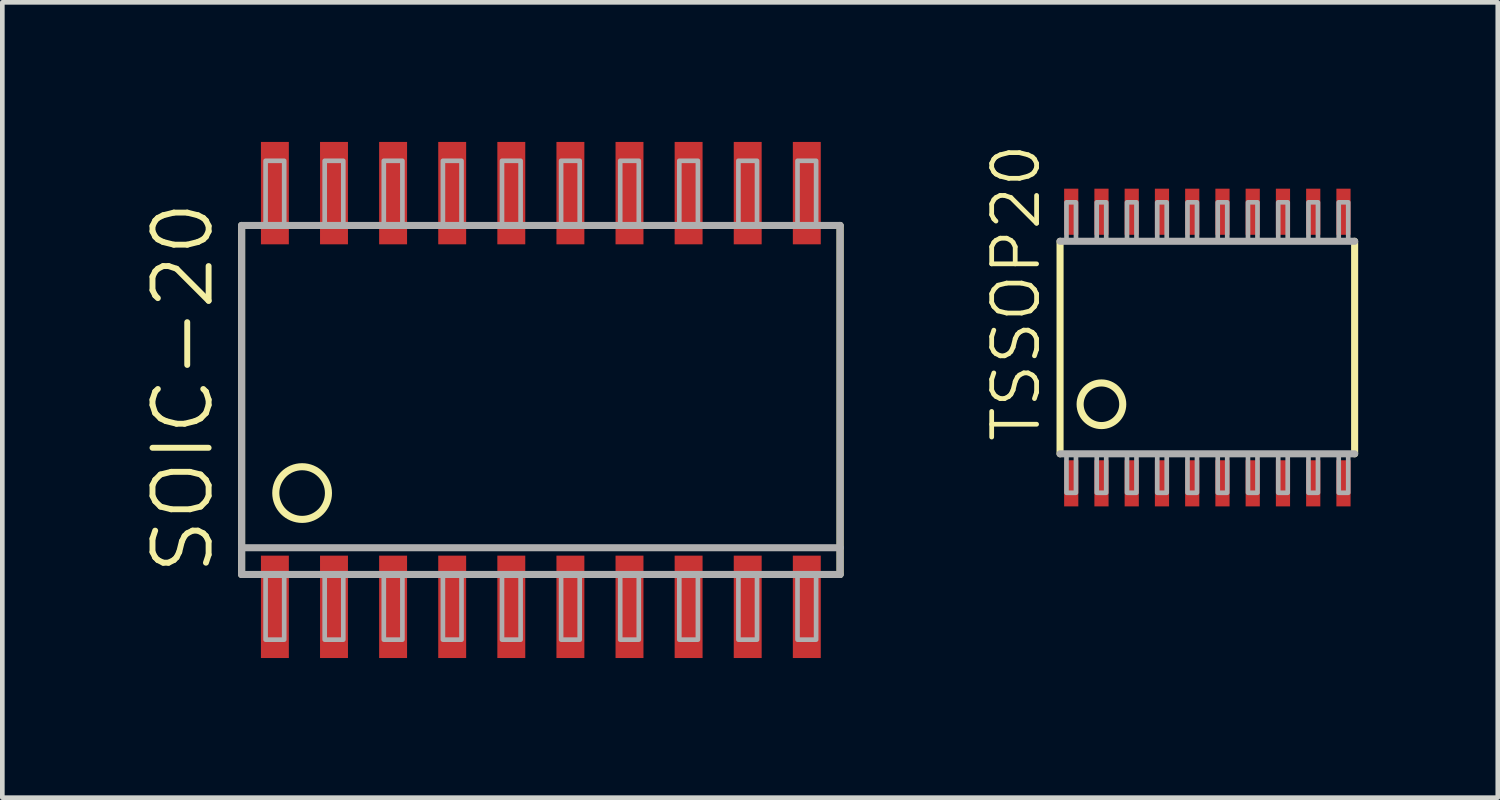
<source format=kicad_pcb>
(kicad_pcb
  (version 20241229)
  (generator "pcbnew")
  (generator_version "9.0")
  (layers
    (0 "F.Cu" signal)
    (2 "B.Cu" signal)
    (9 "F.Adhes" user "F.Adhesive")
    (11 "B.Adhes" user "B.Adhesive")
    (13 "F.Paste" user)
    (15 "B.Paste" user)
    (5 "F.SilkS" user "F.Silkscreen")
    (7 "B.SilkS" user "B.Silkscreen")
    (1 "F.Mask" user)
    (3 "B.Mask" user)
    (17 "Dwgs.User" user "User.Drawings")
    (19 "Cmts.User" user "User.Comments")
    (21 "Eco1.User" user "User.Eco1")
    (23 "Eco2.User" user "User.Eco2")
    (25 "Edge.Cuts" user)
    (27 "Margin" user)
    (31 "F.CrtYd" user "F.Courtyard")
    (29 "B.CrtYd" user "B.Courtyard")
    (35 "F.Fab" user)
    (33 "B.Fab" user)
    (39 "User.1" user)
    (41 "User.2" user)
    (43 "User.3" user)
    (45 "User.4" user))
  (footprint "SOIC-20"
    (layer "F.Cu")
    (at 8.572 5.545)
    (property "Reference" "SOIC-20" (at -6.985 3.81 90) (layer "F.SilkS") (effects (font (size 1.206 1.206) (thickness 0.127)) (justify left bottom)))
    (attr through_hole)
    (fp_line (start -6.43 -3.75) (end -6.43 3.75) (stroke (width 0.152) (type solid)) (layer "F.SilkS"))
    (fp_line (start 6.43 -3.75) (end 6.43 3.75) (stroke (width 0.152) (type solid)) (layer "F.SilkS"))
    (fp_circle (center -5.13 2) (end -4.564 2) (stroke (width 0.152) (type solid)) (fill no) (layer "F.SilkS"))
    (fp_line (start -6.43 -3.75) (end -6.43 3.175) (stroke (width 0.152) (type solid)) (layer "F.Fab"))
    (fp_line (start -6.43 -3.75) (end 6.43 -3.75) (stroke (width 0.152) (type solid)) (layer "F.Fab"))
    (fp_line (start -6.43 3.175) (end -6.43 3.75) (stroke (width 0.152) (type solid)) (layer "F.Fab"))
    (fp_line (start -6.43 3.175) (end 6.43 3.175) (stroke (width 0.152) (type solid)) (layer "F.Fab"))
    (fp_line (start -6.43 3.75) (end 6.43 3.75) (stroke (width 0.152) (type solid)) (layer "F.Fab"))
    (fp_line (start 6.43 -3.75) (end 6.43 3.175) (stroke (width 0.152) (type solid)) (layer "F.Fab"))
    (fp_line (start 6.43 3.175) (end 6.43 3.75) (stroke (width 0.152) (type solid)) (layer "F.Fab"))
    (fp_poly (pts (xy -5.915 -3.74) (xy -5.515 -3.74) (xy -5.515 -5.14) (xy -5.915 -5.14)) (stroke (width 0.1) (type solid)) (fill no) (layer "F.Fab"))
    (fp_poly (pts (xy -5.915 5.15) (xy -5.515 5.15) (xy -5.515 3.75) (xy -5.915 3.75)) (stroke (width 0.1) (type solid)) (fill no) (layer "F.Fab"))
    (fp_poly (pts (xy -4.645 -3.74) (xy -4.245 -3.74) (xy -4.245 -5.14) (xy -4.645 -5.14)) (stroke (width 0.1) (type solid)) (fill no) (layer "F.Fab"))
    (fp_poly (pts (xy -4.645 5.15) (xy -4.245 5.15) (xy -4.245 3.75) (xy -4.645 3.75)) (stroke (width 0.1) (type solid)) (fill no) (layer "F.Fab"))
    (fp_poly (pts (xy -3.375 -3.74) (xy -2.975 -3.74) (xy -2.975 -5.14) (xy -3.375 -5.14)) (stroke (width 0.1) (type solid)) (fill no) (layer "F.Fab"))
    (fp_poly (pts (xy -3.375 5.15) (xy -2.975 5.15) (xy -2.975 3.75) (xy -3.375 3.75)) (stroke (width 0.1) (type solid)) (fill no) (layer "F.Fab"))
    (fp_poly (pts (xy -2.105 -3.74) (xy -1.705 -3.74) (xy -1.705 -5.14) (xy -2.105 -5.14)) (stroke (width 0.1) (type solid)) (fill no) (layer "F.Fab"))
    (fp_poly (pts (xy -2.105 5.15) (xy -1.705 5.15) (xy -1.705 3.75) (xy -2.105 3.75)) (stroke (width 0.1) (type solid)) (fill no) (layer "F.Fab"))
    (fp_poly (pts (xy -0.835 -3.74) (xy -0.435 -3.74) (xy -0.435 -5.14) (xy -0.835 -5.14)) (stroke (width 0.1) (type solid)) (fill no) (layer "F.Fab"))
    (fp_poly (pts (xy -0.835 5.15) (xy -0.435 5.15) (xy -0.435 3.75) (xy -0.835 3.75)) (stroke (width 0.1) (type solid)) (fill no) (layer "F.Fab"))
    (fp_poly (pts (xy 0.435 -3.74) (xy 0.835 -3.74) (xy 0.835 -5.14) (xy 0.435 -5.14)) (stroke (width 0.1) (type solid)) (fill no) (layer "F.Fab"))
    (fp_poly (pts (xy 0.435 5.15) (xy 0.835 5.15) (xy 0.835 3.75) (xy 0.435 3.75)) (stroke (width 0.1) (type solid)) (fill no) (layer "F.Fab"))
    (fp_poly (pts (xy 1.705 -3.74) (xy 2.105 -3.74) (xy 2.105 -5.14) (xy 1.705 -5.14)) (stroke (width 0.1) (type solid)) (fill no) (layer "F.Fab"))
    (fp_poly (pts (xy 1.705 5.15) (xy 2.105 5.15) (xy 2.105 3.75) (xy 1.705 3.75)) (stroke (width 0.1) (type solid)) (fill no) (layer "F.Fab"))
    (fp_poly (pts (xy 2.975 -3.74) (xy 3.375 -3.74) (xy 3.375 -5.14) (xy 2.975 -5.14)) (stroke (width 0.1) (type solid)) (fill no) (layer "F.Fab"))
    (fp_poly (pts (xy 2.975 5.15) (xy 3.375 5.15) (xy 3.375 3.75) (xy 2.975 3.75)) (stroke (width 0.1) (type solid)) (fill no) (layer "F.Fab"))
    (fp_poly (pts (xy 4.245 -3.74) (xy 4.645 -3.74) (xy 4.645 -5.14) (xy 4.245 -5.14)) (stroke (width 0.1) (type solid)) (fill no) (layer "F.Fab"))
    (fp_poly (pts (xy 4.245 5.15) (xy 4.645 5.15) (xy 4.645 3.75) (xy 4.245 3.75)) (stroke (width 0.1) (type solid)) (fill no) (layer "F.Fab"))
    (fp_poly (pts (xy 5.515 -3.74) (xy 5.915 -3.74) (xy 5.915 -5.14) (xy 5.515 -5.14)) (stroke (width 0.1) (type solid)) (fill no) (layer "F.Fab"))
    (fp_poly (pts (xy 5.515 5.15) (xy 5.915 5.15) (xy 5.915 3.75) (xy 5.515 3.75)) (stroke (width 0.1) (type solid)) (fill no) (layer "F.Fab"))
    (pad "1" smd rect (at -5.715 4.445 90) (size 2.2 0.6) (layers "F.Cu" "F.Mask" "F.Paste"))
    (pad "2" smd rect (at -4.445 4.445 90) (size 2.2 0.6) (layers "F.Cu" "F.Mask" "F.Paste"))
    (pad "3" smd rect (at -3.175 4.445 90) (size 2.2 0.6) (layers "F.Cu" "F.Mask" "F.Paste"))
    (pad "4" smd rect (at -1.905 4.445 90) (size 2.2 0.6) (layers "F.Cu" "F.Mask" "F.Paste"))
    (pad "5" smd rect (at -0.635 4.445 90) (size 2.2 0.6) (layers "F.Cu" "F.Mask" "F.Paste"))
    (pad "6" smd rect (at 0.635 4.445 90) (size 2.2 0.6) (layers "F.Cu" "F.Mask" "F.Paste"))
    (pad "7" smd rect (at 1.905 4.445 90) (size 2.2 0.6) (layers "F.Cu" "F.Mask" "F.Paste"))
    (pad "8" smd rect (at 3.175 4.445 90) (size 2.2 0.6) (layers "F.Cu" "F.Mask" "F.Paste"))
    (pad "9" smd rect (at 4.445 4.445 90) (size 2.2 0.6) (layers "F.Cu" "F.Mask" "F.Paste"))
    (pad "10" smd rect (at 5.715 4.445 90) (size 2.2 0.6) (layers "F.Cu" "F.Mask" "F.Paste"))
    (pad "11" smd rect (at 5.715 -4.445 270) (size 2.2 0.6) (layers "F.Cu" "F.Mask" "F.Paste"))
    (pad "12" smd rect (at 4.445 -4.445 270) (size 2.2 0.6) (layers "F.Cu" "F.Mask" "F.Paste"))
    (pad "13" smd rect (at 3.175 -4.445 90) (size 2.2 0.6) (layers "F.Cu" "F.Mask" "F.Paste"))
    (pad "14" smd rect (at 1.905 -4.445 90) (size 2.2 0.6) (layers "F.Cu" "F.Mask" "F.Paste"))
    (pad "15" smd rect (at 0.635 -4.445 90) (size 2.2 0.6) (layers "F.Cu" "F.Mask" "F.Paste"))
    (pad "16" smd rect (at -0.635 -4.445 90) (size 2.2 0.6) (layers "F.Cu" "F.Mask" "F.Paste"))
    (pad "17" smd rect (at -1.905 -4.445 90) (size 2.2 0.6) (layers "F.Cu" "F.Mask" "F.Paste"))
    (pad "18" smd rect (at -3.175 -4.445 90) (size 2.2 0.6) (layers "F.Cu" "F.Mask" "F.Paste"))
    (pad "19" smd rect (at -4.445 -4.445 90) (size 2.2 0.6) (layers "F.Cu" "F.Mask" "F.Paste"))
    (pad "20" smd rect (at -5.715 -4.445 90) (size 2.2 0.6) (layers "F.Cu" "F.Mask" "F.Paste")))
  (footprint "TSSOP20"
    (layer "F.Cu")
    (at 22.894 4.418)
    (property "Reference" "TSSOP20" (at -3.546 2.083 90) (layer "F.SilkS") (effects (font (size 0.965 0.965) (thickness 0.102)) (justify left bottom)))
    (attr through_hole)
    (fp_line (start -3.165 2.283) (end -3.165 -2.283) (stroke (width 0.152) (type solid)) (layer "F.SilkS"))
    (fp_line (start 3.165 -2.283) (end 3.165 2.283) (stroke (width 0.152) (type solid)) (layer "F.SilkS"))
    (fp_circle (center -2.276 1.219) (end -1.818 1.219) (stroke (width 0.152) (type solid)) (fill no) (layer "F.SilkS"))
    (fp_line (start -3.165 2.283) (end 3.165 2.283) (stroke (width 0.152) (type solid)) (layer "F.Fab"))
    (fp_line (start 3.165 -2.283) (end -3.165 -2.283) (stroke (width 0.152) (type solid)) (layer "F.Fab"))
    (fp_poly (pts (xy -3.027 -2.283) (xy -2.823 -2.283) (xy -2.823 -3.121) (xy -3.027 -3.121)) (stroke (width 0.1) (type solid)) (fill no) (layer "F.Fab"))
    (fp_poly (pts (xy -3.027 3.121) (xy -2.823 3.121) (xy -2.823 2.283) (xy -3.027 2.283)) (stroke (width 0.1) (type solid)) (fill no) (layer "F.Fab"))
    (fp_poly (pts (xy -2.377 -2.283) (xy -2.173 -2.283) (xy -2.173 -3.121) (xy -2.377 -3.121)) (stroke (width 0.1) (type solid)) (fill no) (layer "F.Fab"))
    (fp_poly (pts (xy -2.377 3.121) (xy -2.173 3.121) (xy -2.173 2.283) (xy -2.377 2.283)) (stroke (width 0.1) (type solid)) (fill no) (layer "F.Fab"))
    (fp_poly (pts (xy -1.727 -2.283) (xy -1.523 -2.283) (xy -1.523 -3.121) (xy -1.727 -3.121)) (stroke (width 0.1) (type solid)) (fill no) (layer "F.Fab"))
    (fp_poly (pts (xy -1.727 3.121) (xy -1.523 3.121) (xy -1.523 2.283) (xy -1.727 2.283)) (stroke (width 0.1) (type solid)) (fill no) (layer "F.Fab"))
    (fp_poly (pts (xy -1.077 -2.283) (xy -0.873 -2.283) (xy -0.873 -3.121) (xy -1.077 -3.121)) (stroke (width 0.1) (type solid)) (fill no) (layer "F.Fab"))
    (fp_poly (pts (xy -1.077 3.121) (xy -0.873 3.121) (xy -0.873 2.283) (xy -1.077 2.283)) (stroke (width 0.1) (type solid)) (fill no) (layer "F.Fab"))
    (fp_poly (pts (xy -0.427 -2.283) (xy -0.223 -2.283) (xy -0.223 -3.121) (xy -0.427 -3.121)) (stroke (width 0.1) (type solid)) (fill no) (layer "F.Fab"))
    (fp_poly (pts (xy -0.427 3.121) (xy -0.223 3.121) (xy -0.223 2.283) (xy -0.427 2.283)) (stroke (width 0.1) (type solid)) (fill no) (layer "F.Fab"))
    (fp_poly (pts (xy 0.223 -2.283) (xy 0.427 -2.283) (xy 0.427 -3.121) (xy 0.223 -3.121)) (stroke (width 0.1) (type solid)) (fill no) (layer "F.Fab"))
    (fp_poly (pts (xy 0.223 3.121) (xy 0.427 3.121) (xy 0.427 2.283) (xy 0.223 2.283)) (stroke (width 0.1) (type solid)) (fill no) (layer "F.Fab"))
    (fp_poly (pts (xy 0.873 -2.283) (xy 1.077 -2.283) (xy 1.077 -3.121) (xy 0.873 -3.121)) (stroke (width 0.1) (type solid)) (fill no) (layer "F.Fab"))
    (fp_poly (pts (xy 0.873 3.121) (xy 1.077 3.121) (xy 1.077 2.283) (xy 0.873 2.283)) (stroke (width 0.1) (type solid)) (fill no) (layer "F.Fab"))
    (fp_poly (pts (xy 1.523 -2.283) (xy 1.727 -2.283) (xy 1.727 -3.121) (xy 1.523 -3.121)) (stroke (width 0.1) (type solid)) (fill no) (layer "F.Fab"))
    (fp_poly (pts (xy 1.523 3.121) (xy 1.727 3.121) (xy 1.727 2.283) (xy 1.523 2.283)) (stroke (width 0.1) (type solid)) (fill no) (layer "F.Fab"))
    (fp_poly (pts (xy 2.173 -2.283) (xy 2.377 -2.283) (xy 2.377 -3.121) (xy 2.173 -3.121)) (stroke (width 0.1) (type solid)) (fill no) (layer "F.Fab"))
    (fp_poly (pts (xy 2.173 3.121) (xy 2.377 3.121) (xy 2.377 2.283) (xy 2.173 2.283)) (stroke (width 0.1) (type solid)) (fill no) (layer "F.Fab"))
    (fp_poly (pts (xy 2.823 -2.283) (xy 3.027 -2.283) (xy 3.027 -3.121) (xy 2.823 -3.121)) (stroke (width 0.1) (type solid)) (fill no) (layer "F.Fab"))
    (fp_poly (pts (xy 2.823 3.121) (xy 3.027 3.121) (xy 3.027 2.283) (xy 2.823 2.283)) (stroke (width 0.1) (type solid)) (fill no) (layer "F.Fab"))
    (pad "1" smd rect (at -2.925 2.918) (size 0.305 0.991) (layers "F.Cu" "F.Mask" "F.Paste"))
    (pad "2" smd rect (at -2.275 2.918) (size 0.305 0.991) (layers "F.Cu" "F.Mask" "F.Paste"))
    (pad "3" smd rect (at -1.625 2.918) (size 0.305 0.991) (layers "F.Cu" "F.Mask" "F.Paste"))
    (pad "4" smd rect (at -0.975 2.918) (size 0.305 0.991) (layers "F.Cu" "F.Mask" "F.Paste"))
    (pad "5" smd rect (at -0.325 2.918) (size 0.305 0.991) (layers "F.Cu" "F.Mask" "F.Paste"))
    (pad "6" smd rect (at 0.325 2.918) (size 0.305 0.991) (layers "F.Cu" "F.Mask" "F.Paste"))
    (pad "7" smd rect (at 0.975 2.918) (size 0.305 0.991) (layers "F.Cu" "F.Mask" "F.Paste"))
    (pad "8" smd rect (at 1.625 2.918) (size 0.305 0.991) (layers "F.Cu" "F.Mask" "F.Paste"))
    (pad "9" smd rect (at 2.275 2.918) (size 0.305 0.991) (layers "F.Cu" "F.Mask" "F.Paste"))
    (pad "10" smd rect (at 2.925 2.918) (size 0.305 0.991) (layers "F.Cu" "F.Mask" "F.Paste"))
    (pad "11" smd rect (at 2.925 -2.918) (size 0.305 0.991) (layers "F.Cu" "F.Mask" "F.Paste"))
    (pad "12" smd rect (at 2.275 -2.918) (size 0.305 0.991) (layers "F.Cu" "F.Mask" "F.Paste"))
    (pad "13" smd rect (at 1.625 -2.918) (size 0.305 0.991) (layers "F.Cu" "F.Mask" "F.Paste"))
    (pad "14" smd rect (at 0.975 -2.918) (size 0.305 0.991) (layers "F.Cu" "F.Mask" "F.Paste"))
    (pad "15" smd rect (at 0.325 -2.918) (size 0.305 0.991) (layers "F.Cu" "F.Mask" "F.Paste"))
    (pad "16" smd rect (at -0.325 -2.918) (size 0.305 0.991) (layers "F.Cu" "F.Mask" "F.Paste"))
    (pad "17" smd rect (at -0.975 -2.918) (size 0.305 0.991) (layers "F.Cu" "F.Mask" "F.Paste"))
    (pad "18" smd rect (at -1.625 -2.918) (size 0.305 0.991) (layers "F.Cu" "F.Mask" "F.Paste"))
    (pad "19" smd rect (at -2.275 -2.918) (size 0.305 0.991) (layers "F.Cu" "F.Mask" "F.Paste"))
    (pad "20" smd rect (at -2.925 -2.918) (size 0.305 0.991) (layers "F.Cu" "F.Mask" "F.Paste")))
  (gr_rect
    (start -3 -3)
    (end 29.135 14.09)
    (stroke (width 0.1) (type default))
    (fill no)
    (layer "Edge.Cuts")))
</source>
